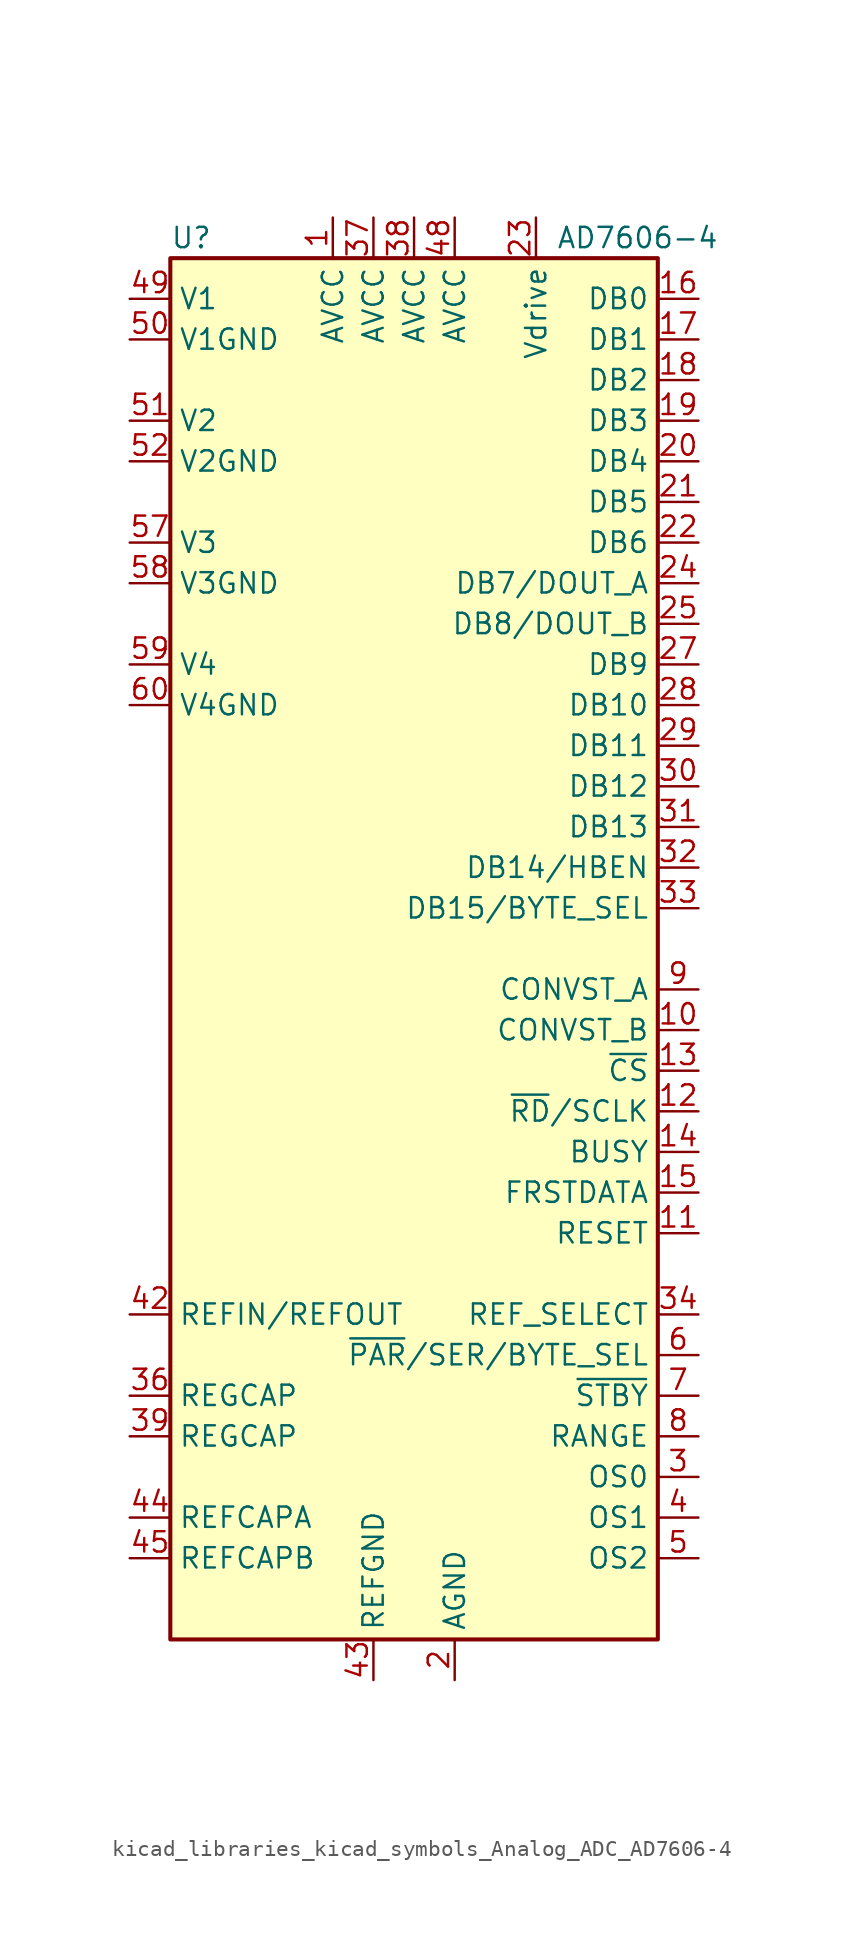
<source format=kicad_sym>
(kicad_symbol_lib
  (version 20220914)
  (generator kicad_symbol_editor)
  (symbol "kicad_libraries_kicad_symbols_Analog_ADC_AD7606-4"
    (property "Reference" "U"
      (at -15.24 44.45 0)
      (effects (font (size 1.27 1.27)) (justify left)))
    (property "Value" "AD7606-4"
      (at 8.89 44.45 0)
      (effects (font (size 1.27 1.27)) (justify left)))
    (symbol "kicad_libraries_kicad_symbols_Analog_ADC_AD7606-4_1_1"
      (rectangle (start -15.24 43.18) (end 15.24 -43.18) (stroke (width 0.254) (type default)) (fill (type background)))
      (pin power_in line (at -5.08 45.72 270) (length 2.54) (name "AVCC" (effects (font (size 1.27 1.27)))) (number "1" (effects (font (size 1.27 1.27)))))
      (pin input line (at 17.78 -5.08 180) (length 2.54) (name "CONVST_B" (effects (font (size 1.27 1.27)))) (number "10" (effects (font (size 1.27 1.27)))))
      (pin input line (at 17.78 -17.78 180) (length 2.54) (name "RESET" (effects (font (size 1.27 1.27)))) (number "11" (effects (font (size 1.27 1.27)))))
      (pin input line (at 17.78 -10.16 180) (length 2.54) (name "~{RD}/SCLK" (effects (font (size 1.27 1.27)))) (number "12" (effects (font (size 1.27 1.27)))))
      (pin input line (at 17.78 -7.62 180) (length 2.54) (name "~{CS}" (effects (font (size 1.27 1.27)))) (number "13" (effects (font (size 1.27 1.27)))))
      (pin output line (at 17.78 -12.7 180) (length 2.54) (name "BUSY" (effects (font (size 1.27 1.27)))) (number "14" (effects (font (size 1.27 1.27)))))
      (pin output line (at 17.78 -15.24 180) (length 2.54) (name "FRSTDATA" (effects (font (size 1.27 1.27)))) (number "15" (effects (font (size 1.27 1.27)))))
      (pin output line (at 17.78 40.64 180) (length 2.54) (name "DB0" (effects (font (size 1.27 1.27)))) (number "16" (effects (font (size 1.27 1.27)))))
      (pin output line (at 17.78 38.1 180) (length 2.54) (name "DB1" (effects (font (size 1.27 1.27)))) (number "17" (effects (font (size 1.27 1.27)))))
      (pin output line (at 17.78 35.56 180) (length 2.54) (name "DB2" (effects (font (size 1.27 1.27)))) (number "18" (effects (font (size 1.27 1.27)))))
      (pin output line (at 17.78 33.02 180) (length 2.54) (name "DB3" (effects (font (size 1.27 1.27)))) (number "19" (effects (font (size 1.27 1.27)))))
      (pin power_in line (at 2.54 -45.72 90) (length 2.54) (name "AGND" (effects (font (size 1.27 1.27)))) (number "2" (effects (font (size 1.27 1.27)))))
      (pin output line (at 17.78 30.48 180) (length 2.54) (name "DB4" (effects (font (size 1.27 1.27)))) (number "20" (effects (font (size 1.27 1.27)))))
      (pin output line (at 17.78 27.94 180) (length 2.54) (name "DB5" (effects (font (size 1.27 1.27)))) (number "21" (effects (font (size 1.27 1.27)))))
      (pin output line (at 17.78 25.4 180) (length 2.54) (name "DB6" (effects (font (size 1.27 1.27)))) (number "22" (effects (font (size 1.27 1.27)))))
      (pin power_in line (at 7.62 45.72 270) (length 2.54) (name "Vdrive" (effects (font (size 1.27 1.27)))) (number "23" (effects (font (size 1.27 1.27)))))
      (pin output line (at 17.78 22.86 180) (length 2.54) (name "DB7/DOUT_A" (effects (font (size 1.27 1.27)))) (number "24" (effects (font (size 1.27 1.27)))))
      (pin output line (at 17.78 20.32 180) (length 2.54) (name "DB8/DOUT_B" (effects (font (size 1.27 1.27)))) (number "25" (effects (font (size 1.27 1.27)))))
      (pin passive line (at 2.54 -45.72 90) (length 2.54) hide (name "AGND" (effects (font (size 1.27 1.27)))) (number "26" (effects (font (size 1.27 1.27)))))
      (pin output line (at 17.78 17.78 180) (length 2.54) (name "DB9" (effects (font (size 1.27 1.27)))) (number "27" (effects (font (size 1.27 1.27)))))
      (pin output line (at 17.78 15.24 180) (length 2.54) (name "DB10" (effects (font (size 1.27 1.27)))) (number "28" (effects (font (size 1.27 1.27)))))
      (pin output line (at 17.78 12.7 180) (length 2.54) (name "DB11" (effects (font (size 1.27 1.27)))) (number "29" (effects (font (size 1.27 1.27)))))
      (pin input line (at 17.78 -33.02 180) (length 2.54) (name "OS0" (effects (font (size 1.27 1.27)))) (number "3" (effects (font (size 1.27 1.27)))))
      (pin output line (at 17.78 10.16 180) (length 2.54) (name "DB12" (effects (font (size 1.27 1.27)))) (number "30" (effects (font (size 1.27 1.27)))))
      (pin output line (at 17.78 7.62 180) (length 2.54) (name "DB13" (effects (font (size 1.27 1.27)))) (number "31" (effects (font (size 1.27 1.27)))))
      (pin bidirectional line (at 17.78 5.08 180) (length 2.54) (name "DB14/HBEN" (effects (font (size 1.27 1.27)))) (number "32" (effects (font (size 1.27 1.27)))))
      (pin bidirectional line (at 17.78 2.54 180) (length 2.54) (name "DB15/BYTE_SEL" (effects (font (size 1.27 1.27)))) (number "33" (effects (font (size 1.27 1.27)))))
      (pin input line (at 17.78 -22.86 180) (length 2.54) (name "REF_SELECT" (effects (font (size 1.27 1.27)))) (number "34" (effects (font (size 1.27 1.27)))))
      (pin passive line (at 2.54 -45.72 90) (length 2.54) hide (name "AGND" (effects (font (size 1.27 1.27)))) (number "35" (effects (font (size 1.27 1.27)))))
      (pin passive line (at -17.78 -27.94 0) (length 2.54) (name "REGCAP" (effects (font (size 1.27 1.27)))) (number "36" (effects (font (size 1.27 1.27)))))
      (pin power_in line (at -2.54 45.72 270) (length 2.54) (name "AVCC" (effects (font (size 1.27 1.27)))) (number "37" (effects (font (size 1.27 1.27)))))
      (pin power_in line (at 0 45.72 270) (length 2.54) (name "AVCC" (effects (font (size 1.27 1.27)))) (number "38" (effects (font (size 1.27 1.27)))))
      (pin passive line (at -17.78 -30.48 0) (length 2.54) (name "REGCAP" (effects (font (size 1.27 1.27)))) (number "39" (effects (font (size 1.27 1.27)))))
      (pin input line (at 17.78 -35.56 180) (length 2.54) (name "OS1" (effects (font (size 1.27 1.27)))) (number "4" (effects (font (size 1.27 1.27)))))
      (pin passive line (at 2.54 -45.72 90) (length 2.54) hide (name "AGND" (effects (font (size 1.27 1.27)))) (number "40" (effects (font (size 1.27 1.27)))))
      (pin passive line (at 2.54 -45.72 90) (length 2.54) hide (name "AGND" (effects (font (size 1.27 1.27)))) (number "41" (effects (font (size 1.27 1.27)))))
      (pin passive line (at -17.78 -22.86 0) (length 2.54) (name "REFIN/REFOUT" (effects (font (size 1.27 1.27)))) (number "42" (effects (font (size 1.27 1.27)))))
      (pin power_in line (at -2.54 -45.72 90) (length 2.54) (name "REFGND" (effects (font (size 1.27 1.27)))) (number "43" (effects (font (size 1.27 1.27)))))
      (pin passive line (at -17.78 -35.56 0) (length 2.54) (name "REFCAPA" (effects (font (size 1.27 1.27)))) (number "44" (effects (font (size 1.27 1.27)))))
      (pin passive line (at -17.78 -38.1 0) (length 2.54) (name "REFCAPB" (effects (font (size 1.27 1.27)))) (number "45" (effects (font (size 1.27 1.27)))))
      (pin passive line (at -2.54 -45.72 90) (length 2.54) hide (name "REFGND" (effects (font (size 1.27 1.27)))) (number "46" (effects (font (size 1.27 1.27)))))
      (pin passive line (at 2.54 -45.72 90) (length 2.54) hide (name "AGND" (effects (font (size 1.27 1.27)))) (number "47" (effects (font (size 1.27 1.27)))))
      (pin power_in line (at 2.54 45.72 270) (length 2.54) (name "AVCC" (effects (font (size 1.27 1.27)))) (number "48" (effects (font (size 1.27 1.27)))))
      (pin input line (at -17.78 40.64 0) (length 2.54) (name "V1" (effects (font (size 1.27 1.27)))) (number "49" (effects (font (size 1.27 1.27)))))
      (pin input line (at 17.78 -38.1 180) (length 2.54) (name "OS2" (effects (font (size 1.27 1.27)))) (number "5" (effects (font (size 1.27 1.27)))))
      (pin input line (at -17.78 38.1 0) (length 2.54) (name "V1GND" (effects (font (size 1.27 1.27)))) (number "50" (effects (font (size 1.27 1.27)))))
      (pin input line (at -17.78 33.02 0) (length 2.54) (name "V2" (effects (font (size 1.27 1.27)))) (number "51" (effects (font (size 1.27 1.27)))))
      (pin input line (at -17.78 30.48 0) (length 2.54) (name "V2GND" (effects (font (size 1.27 1.27)))) (number "52" (effects (font (size 1.27 1.27)))))
      (pin passive line (at 2.54 -45.72 90) (length 2.54) hide (name "AGND" (effects (font (size 1.27 1.27)))) (number "53" (effects (font (size 1.27 1.27)))))
      (pin passive line (at 2.54 -45.72 90) (length 2.54) hide (name "AGND" (effects (font (size 1.27 1.27)))) (number "54" (effects (font (size 1.27 1.27)))))
      (pin passive line (at 2.54 -45.72 90) (length 2.54) hide (name "AGND" (effects (font (size 1.27 1.27)))) (number "55" (effects (font (size 1.27 1.27)))))
      (pin passive line (at 2.54 -45.72 90) (length 2.54) hide (name "AGND" (effects (font (size 1.27 1.27)))) (number "56" (effects (font (size 1.27 1.27)))))
      (pin input line (at -17.78 25.4 0) (length 2.54) (name "V3" (effects (font (size 1.27 1.27)))) (number "57" (effects (font (size 1.27 1.27)))))
      (pin input line (at -17.78 22.86 0) (length 2.54) (name "V3GND" (effects (font (size 1.27 1.27)))) (number "58" (effects (font (size 1.27 1.27)))))
      (pin input line (at -17.78 17.78 0) (length 2.54) (name "V4" (effects (font (size 1.27 1.27)))) (number "59" (effects (font (size 1.27 1.27)))))
      (pin input line (at 17.78 -25.4 180) (length 2.54) (name "~{PAR}/SER/BYTE_SEL" (effects (font (size 1.27 1.27)))) (number "6" (effects (font (size 1.27 1.27)))))
      (pin input line (at -17.78 15.24 0) (length 2.54) (name "V4GND" (effects (font (size 1.27 1.27)))) (number "60" (effects (font (size 1.27 1.27)))))
      (pin passive line (at 2.54 -45.72 90) (length 2.54) hide (name "AGND" (effects (font (size 1.27 1.27)))) (number "61" (effects (font (size 1.27 1.27)))))
      (pin passive line (at 2.54 -45.72 90) (length 2.54) hide (name "AGND" (effects (font (size 1.27 1.27)))) (number "62" (effects (font (size 1.27 1.27)))))
      (pin passive line (at 2.54 -45.72 90) (length 2.54) hide (name "AGND" (effects (font (size 1.27 1.27)))) (number "63" (effects (font (size 1.27 1.27)))))
      (pin passive line (at 2.54 -45.72 90) (length 2.54) hide (name "AGND" (effects (font (size 1.27 1.27)))) (number "64" (effects (font (size 1.27 1.27)))))
      (pin input line (at 17.78 -27.94 180) (length 2.54) (name "~{STBY}" (effects (font (size 1.27 1.27)))) (number "7" (effects (font (size 1.27 1.27)))))
      (pin input line (at 17.78 -30.48 180) (length 2.54) (name "RANGE" (effects (font (size 1.27 1.27)))) (number "8" (effects (font (size 1.27 1.27)))))
      (pin input line (at 17.78 -2.54 180) (length 2.54) (name "CONVST_A" (effects (font (size 1.27 1.27)))) (number "9" (effects (font (size 1.27 1.27))))))))
</source>
